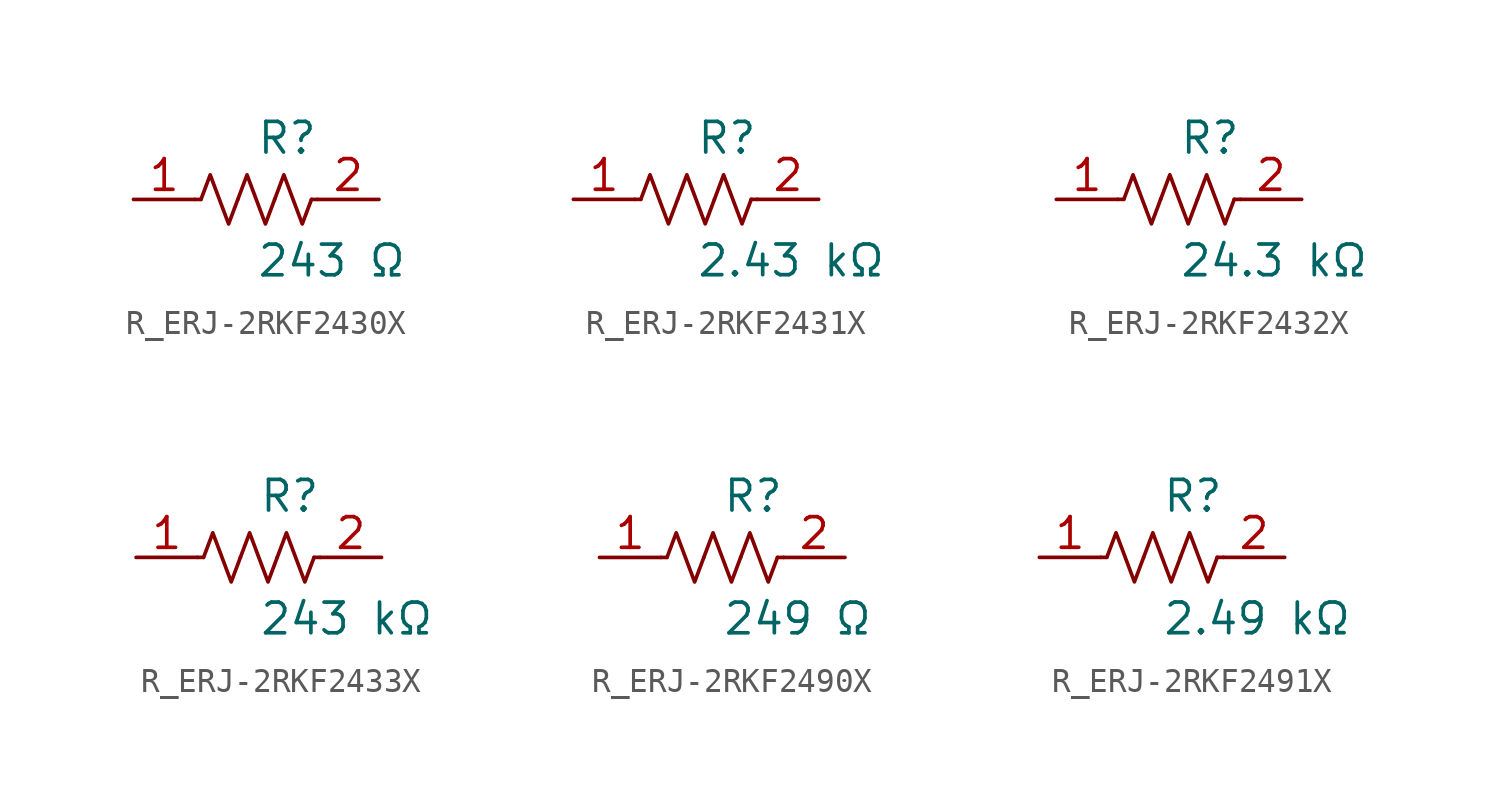
<source format=kicad_sym>
(kicad_symbol_lib
  (version 20231120)
  (generator kicad_symbol_editor)
  (generator_version 8.0)
  (symbol "R_ERJ-2RKF2430X"
    (pin_names
      (offset 0.254))
    (property "Reference" "R"
      (at 0 2.54 0)
      (effects (font (size 1.27 1.27)) (justify left)))
    (property "Value" "243 Ω"
      (at 0 -2.54 0)
      (effects (font (size 1.27 1.27)) (justify left)))
    (symbol "R_ERJ-2RKF2430X_0_1"
      (polyline (pts (xy 2.286 0) (xy 2.54 0)) (stroke (width 0) (type default)) (fill (type none)))
      (polyline (pts (xy -2.286 0) (xy -2.54 0)) (stroke (width 0) (type default)) (fill (type none)))
      (polyline (pts (xy 0.762 0) (xy 1.143 1.016) (xy 1.524 0) (xy 1.905 -1.016) (xy 2.286 0)) (stroke (width 0) (type default)) (fill (type none)))
      (polyline (pts (xy -0.762 0) (xy -0.381 1.016) (xy 0 0) (xy 0.381 -1.016) (xy 0.762 0)) (stroke (width 0) (type default)) (fill (type none)))
      (polyline (pts (xy -2.286 0) (xy -1.905 1.016) (xy -1.524 0) (xy -1.143 -1.016) (xy -0.762 0)) (stroke (width 0) (type default)) (fill (type none))))
    (pin unspecified line
      (at -5.08 0 0)
      (length 2.54)
      (name "" (effects (font (size 1.27 1.27))))
      (number "1" (effects (font (size 1.27 1.27)))))
    (pin unspecified line
      (at 5.08 0 180)
      (length 2.54)
      (name "" (effects (font (size 1.27 1.27))))
      (number "2" (effects (font (size 1.27 1.27))))))
  (symbol "R_ERJ-2RKF2431X"
    (pin_names
      (offset 0.254))
    (property "Reference" "R"
      (at 0 2.54 0)
      (effects (font (size 1.27 1.27)) (justify left)))
    (property "Value" "2.43 kΩ"
      (at 0 -2.54 0)
      (effects (font (size 1.27 1.27)) (justify left)))
    (symbol "R_ERJ-2RKF2431X_0_1"
      (polyline (pts (xy 2.286 0) (xy 2.54 0)) (stroke (width 0) (type default)) (fill (type none)))
      (polyline (pts (xy -2.286 0) (xy -2.54 0)) (stroke (width 0) (type default)) (fill (type none)))
      (polyline (pts (xy 0.762 0) (xy 1.143 1.016) (xy 1.524 0) (xy 1.905 -1.016) (xy 2.286 0)) (stroke (width 0) (type default)) (fill (type none)))
      (polyline (pts (xy -0.762 0) (xy -0.381 1.016) (xy 0 0) (xy 0.381 -1.016) (xy 0.762 0)) (stroke (width 0) (type default)) (fill (type none)))
      (polyline (pts (xy -2.286 0) (xy -1.905 1.016) (xy -1.524 0) (xy -1.143 -1.016) (xy -0.762 0)) (stroke (width 0) (type default)) (fill (type none))))
    (pin unspecified line
      (at -5.08 0 0)
      (length 2.54)
      (name "" (effects (font (size 1.27 1.27))))
      (number "1" (effects (font (size 1.27 1.27)))))
    (pin unspecified line
      (at 5.08 0 180)
      (length 2.54)
      (name "" (effects (font (size 1.27 1.27))))
      (number "2" (effects (font (size 1.27 1.27))))))
  (symbol "R_ERJ-2RKF2432X"
    (pin_names
      (offset 0.254))
    (property "Reference" "R"
      (at 0 2.54 0)
      (effects (font (size 1.27 1.27)) (justify left)))
    (property "Value" "24.3 kΩ"
      (at 0 -2.54 0)
      (effects (font (size 1.27 1.27)) (justify left)))
    (symbol "R_ERJ-2RKF2432X_0_1"
      (polyline (pts (xy 2.286 0) (xy 2.54 0)) (stroke (width 0) (type default)) (fill (type none)))
      (polyline (pts (xy -2.286 0) (xy -2.54 0)) (stroke (width 0) (type default)) (fill (type none)))
      (polyline (pts (xy 0.762 0) (xy 1.143 1.016) (xy 1.524 0) (xy 1.905 -1.016) (xy 2.286 0)) (stroke (width 0) (type default)) (fill (type none)))
      (polyline (pts (xy -0.762 0) (xy -0.381 1.016) (xy 0 0) (xy 0.381 -1.016) (xy 0.762 0)) (stroke (width 0) (type default)) (fill (type none)))
      (polyline (pts (xy -2.286 0) (xy -1.905 1.016) (xy -1.524 0) (xy -1.143 -1.016) (xy -0.762 0)) (stroke (width 0) (type default)) (fill (type none))))
    (pin unspecified line
      (at -5.08 0 0)
      (length 2.54)
      (name "" (effects (font (size 1.27 1.27))))
      (number "1" (effects (font (size 1.27 1.27)))))
    (pin unspecified line
      (at 5.08 0 180)
      (length 2.54)
      (name "" (effects (font (size 1.27 1.27))))
      (number "2" (effects (font (size 1.27 1.27))))))
  (symbol "R_ERJ-2RKF2433X"
    (pin_names
      (offset 0.254))
    (property "Reference" "R"
      (at 0 2.54 0)
      (effects (font (size 1.27 1.27)) (justify left)))
    (property "Value" "243 kΩ"
      (at 0 -2.54 0)
      (effects (font (size 1.27 1.27)) (justify left)))
    (symbol "R_ERJ-2RKF2433X_0_1"
      (polyline (pts (xy 2.286 0) (xy 2.54 0)) (stroke (width 0) (type default)) (fill (type none)))
      (polyline (pts (xy -2.286 0) (xy -2.54 0)) (stroke (width 0) (type default)) (fill (type none)))
      (polyline (pts (xy 0.762 0) (xy 1.143 1.016) (xy 1.524 0) (xy 1.905 -1.016) (xy 2.286 0)) (stroke (width 0) (type default)) (fill (type none)))
      (polyline (pts (xy -0.762 0) (xy -0.381 1.016) (xy 0 0) (xy 0.381 -1.016) (xy 0.762 0)) (stroke (width 0) (type default)) (fill (type none)))
      (polyline (pts (xy -2.286 0) (xy -1.905 1.016) (xy -1.524 0) (xy -1.143 -1.016) (xy -0.762 0)) (stroke (width 0) (type default)) (fill (type none))))
    (pin unspecified line
      (at -5.08 0 0)
      (length 2.54)
      (name "" (effects (font (size 1.27 1.27))))
      (number "1" (effects (font (size 1.27 1.27)))))
    (pin unspecified line
      (at 5.08 0 180)
      (length 2.54)
      (name "" (effects (font (size 1.27 1.27))))
      (number "2" (effects (font (size 1.27 1.27))))))
  (symbol "R_ERJ-2RKF2490X"
    (pin_names
      (offset 0.254))
    (property "Reference" "R"
      (at 0 2.54 0)
      (effects (font (size 1.27 1.27)) (justify left)))
    (property "Value" "249 Ω"
      (at 0 -2.54 0)
      (effects (font (size 1.27 1.27)) (justify left)))
    (symbol "R_ERJ-2RKF2490X_0_1"
      (polyline (pts (xy 2.286 0) (xy 2.54 0)) (stroke (width 0) (type default)) (fill (type none)))
      (polyline (pts (xy -2.286 0) (xy -2.54 0)) (stroke (width 0) (type default)) (fill (type none)))
      (polyline (pts (xy 0.762 0) (xy 1.143 1.016) (xy 1.524 0) (xy 1.905 -1.016) (xy 2.286 0)) (stroke (width 0) (type default)) (fill (type none)))
      (polyline (pts (xy -0.762 0) (xy -0.381 1.016) (xy 0 0) (xy 0.381 -1.016) (xy 0.762 0)) (stroke (width 0) (type default)) (fill (type none)))
      (polyline (pts (xy -2.286 0) (xy -1.905 1.016) (xy -1.524 0) (xy -1.143 -1.016) (xy -0.762 0)) (stroke (width 0) (type default)) (fill (type none))))
    (pin unspecified line
      (at -5.08 0 0)
      (length 2.54)
      (name "" (effects (font (size 1.27 1.27))))
      (number "1" (effects (font (size 1.27 1.27)))))
    (pin unspecified line
      (at 5.08 0 180)
      (length 2.54)
      (name "" (effects (font (size 1.27 1.27))))
      (number "2" (effects (font (size 1.27 1.27))))))
  (symbol "R_ERJ-2RKF2491X"
    (pin_names
      (offset 0.254))
    (property "Reference" "R"
      (at 0 2.54 0)
      (effects (font (size 1.27 1.27)) (justify left)))
    (property "Value" "2.49 kΩ"
      (at 0 -2.54 0)
      (effects (font (size 1.27 1.27)) (justify left)))
    (symbol "R_ERJ-2RKF2491X_0_1"
      (polyline (pts (xy 2.286 0) (xy 2.54 0)) (stroke (width 0) (type default)) (fill (type none)))
      (polyline (pts (xy -2.286 0) (xy -2.54 0)) (stroke (width 0) (type default)) (fill (type none)))
      (polyline (pts (xy 0.762 0) (xy 1.143 1.016) (xy 1.524 0) (xy 1.905 -1.016) (xy 2.286 0)) (stroke (width 0) (type default)) (fill (type none)))
      (polyline (pts (xy -0.762 0) (xy -0.381 1.016) (xy 0 0) (xy 0.381 -1.016) (xy 0.762 0)) (stroke (width 0) (type default)) (fill (type none)))
      (polyline (pts (xy -2.286 0) (xy -1.905 1.016) (xy -1.524 0) (xy -1.143 -1.016) (xy -0.762 0)) (stroke (width 0) (type default)) (fill (type none))))
    (pin unspecified line
      (at -5.08 0 0)
      (length 2.54)
      (name "" (effects (font (size 1.27 1.27))))
      (number "1" (effects (font (size 1.27 1.27)))))
    (pin unspecified line
      (at 5.08 0 180)
      (length 2.54)
      (name "" (effects (font (size 1.27 1.27))))
      (number "2" (effects (font (size 1.27 1.27)))))))
</source>
